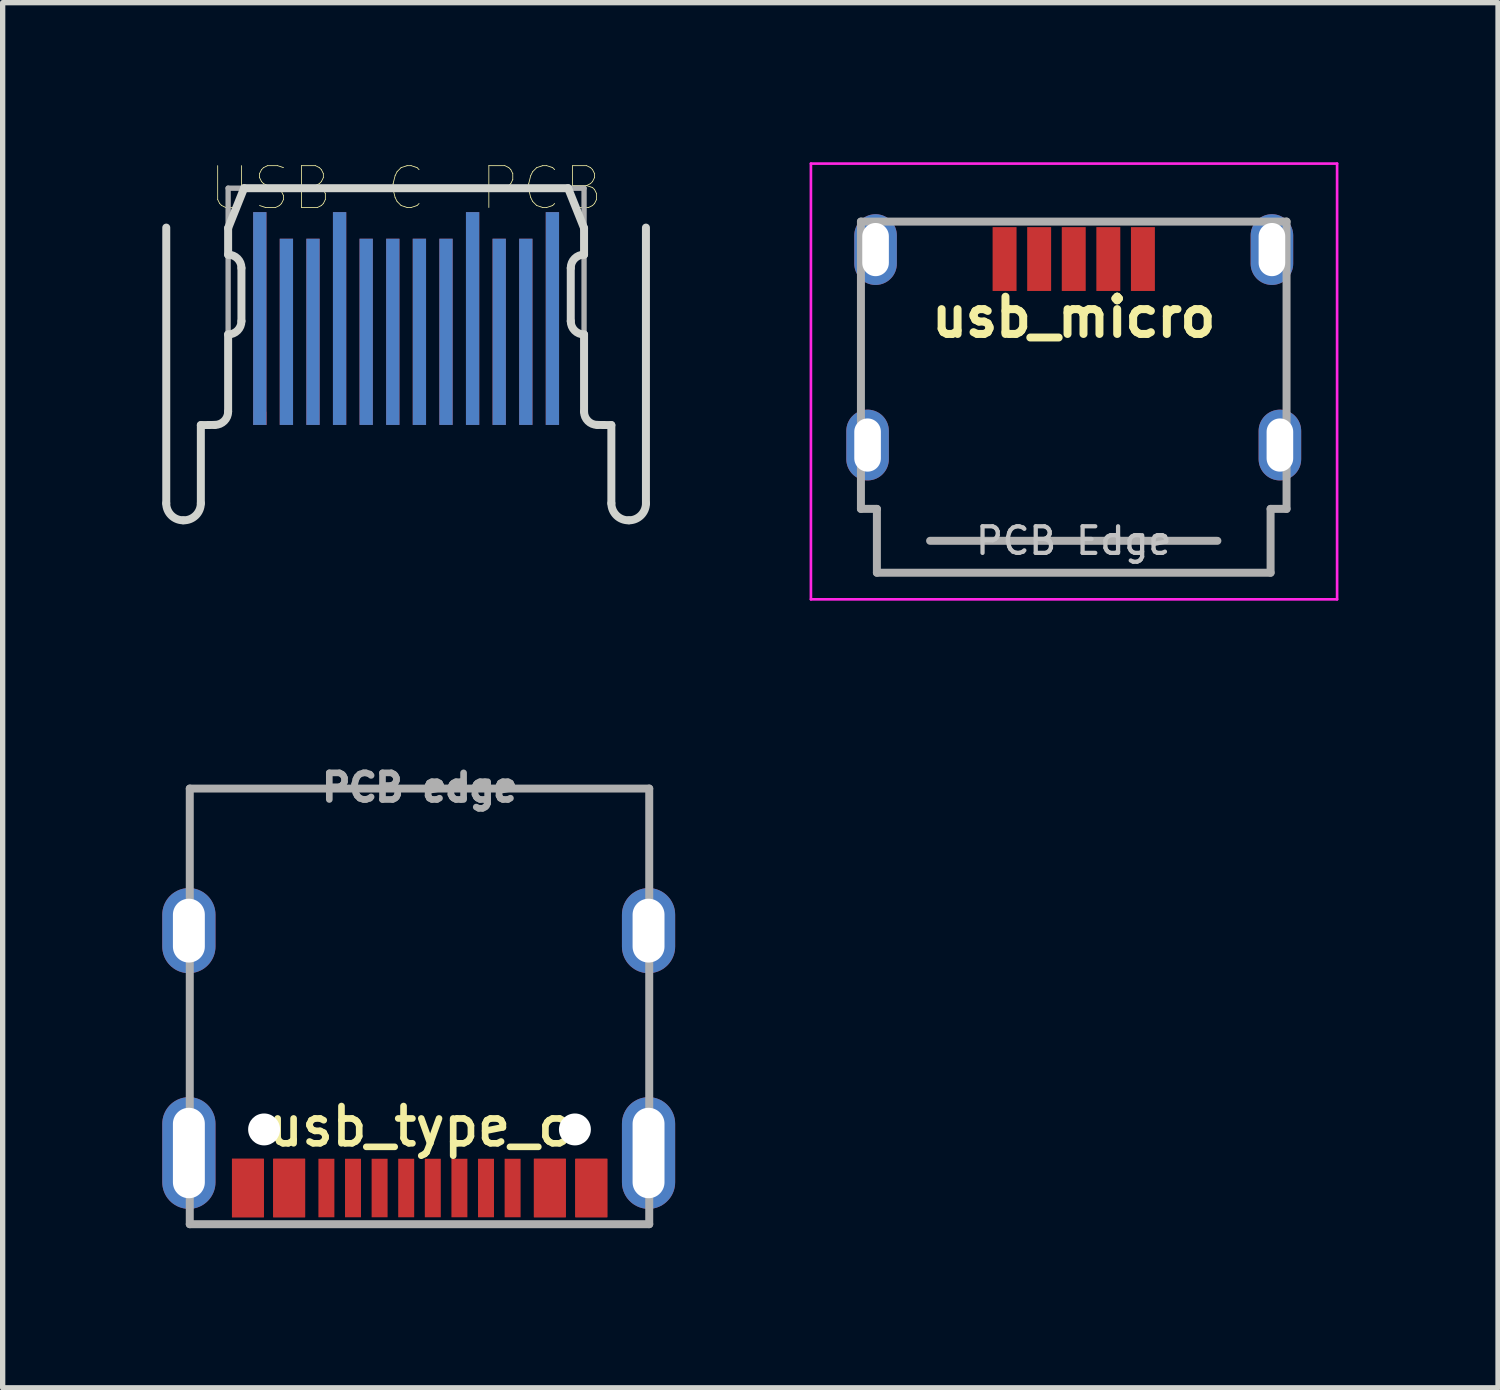
<source format=kicad_pcb>
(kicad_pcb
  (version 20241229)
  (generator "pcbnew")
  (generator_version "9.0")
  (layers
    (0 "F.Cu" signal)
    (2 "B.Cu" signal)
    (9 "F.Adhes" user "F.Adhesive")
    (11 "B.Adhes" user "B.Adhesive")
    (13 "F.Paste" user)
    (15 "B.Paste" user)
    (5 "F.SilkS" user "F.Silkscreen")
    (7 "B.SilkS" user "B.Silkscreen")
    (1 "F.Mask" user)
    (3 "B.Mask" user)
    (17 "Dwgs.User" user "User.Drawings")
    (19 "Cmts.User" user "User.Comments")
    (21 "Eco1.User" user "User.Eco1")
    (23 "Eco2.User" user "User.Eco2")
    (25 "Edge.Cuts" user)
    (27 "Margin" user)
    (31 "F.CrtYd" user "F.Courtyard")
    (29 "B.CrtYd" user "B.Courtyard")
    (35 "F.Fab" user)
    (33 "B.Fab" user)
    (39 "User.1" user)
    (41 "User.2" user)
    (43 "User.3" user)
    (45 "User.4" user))
  (footprint "usb_micro"
    (layer "F.Cu")
    (at 17.132 6.975)
    (property "Reference" "usb_micro" (at 0 -4.064 0) (layer "F.SilkS") (effects (font (size 0.7 0.7) (thickness 0.15))))
    (attr smd)
    (fp_line (start -4.94 -6.95) (end -4.94 1.24) (stroke (width 0.05) (type solid)) (layer "F.CrtYd"))
    (fp_line (start -4.94 1.24) (end 4.95 1.24) (stroke (width 0.05) (type solid)) (layer "F.CrtYd"))
    (fp_line (start 4.95 -6.95) (end -4.94 -6.95) (stroke (width 0.05) (type solid)) (layer "F.CrtYd"))
    (fp_line (start 4.95 1.24) (end 4.95 -6.95) (stroke (width 0.05) (type solid)) (layer "F.CrtYd"))
    (fp_line (start -4 -5.86) (end -4 -0.46) (stroke (width 0.15) (type solid)) (layer "F.Fab"))
    (fp_line (start -4 -0.46) (end -3.7 -0.46) (stroke (width 0.15) (type solid)) (layer "F.Fab"))
    (fp_line (start -3.7 -0.46) (end -3.7 0.74) (stroke (width 0.15) (type solid)) (layer "F.Fab"))
    (fp_line (start -3.7 0.74) (end 3.7 0.74) (stroke (width 0.15) (type solid)) (layer "F.Fab"))
    (fp_line (start -2.7 0.14) (end 2.7 0.14) (stroke (width 0.15) (type solid)) (layer "F.Fab"))
    (fp_line (start 3.7 -0.46) (end 4 -0.46) (stroke (width 0.15) (type solid)) (layer "F.Fab"))
    (fp_line (start 3.7 0.74) (end 3.7 -0.46) (stroke (width 0.15) (type solid)) (layer "F.Fab"))
    (fp_line (start 4 -5.86) (end -4 -5.86) (stroke (width 0.15) (type solid)) (layer "F.Fab"))
    (fp_line (start 4 -0.46) (end 4 -5.86) (stroke (width 0.15) (type solid)) (layer "F.Fab"))
    (fp_text user "PCB Edge" (at 0 0.14 0) (layer "Dwgs.User") (effects (font (size 0.5 0.5) (thickness 0.08))))
    (pad "" thru_hole oval (at -3.875 -1.66) (size 0.8 1.33) (drill oval 0.5 1) (layers "*.Cu" "*.Mask"))
    (pad "" thru_hole oval (at 3.725 -5.334) (size 0.8 1.33) (drill oval 0.5 1) (layers "*.Cu" "*.Mask"))
    (pad "" thru_hole oval (at 3.875 -1.66) (size 0.8 1.33) (drill oval 0.5 1) (layers "*.Cu" "*.Mask"))
    (pad "1" smd rect (at -1.3 -5.156) (size 0.45 1.2) (layers "F.Cu" "F.Mask" "F.Paste"))
    (pad "2" smd rect (at -0.65 -5.156) (size 0.45 1.2) (layers "F.Cu" "F.Mask" "F.Paste"))
    (pad "3" smd rect (at 0 -5.156) (size 0.45 1.2) (layers "F.Cu" "F.Mask" "F.Paste"))
    (pad "4" smd rect (at 0.65 -5.156) (size 0.45 1.2) (layers "F.Cu" "F.Mask" "F.Paste"))
    (pad "5" smd rect (at 1.3 -5.156) (size 0.45 1.2) (layers "F.Cu" "F.Mask" "F.Paste"))
    (pad "6" thru_hole oval (at -3.725 -5.334) (size 0.8 1.33) (drill oval 0.5 1) (layers "*.Cu" "*.Mask")))
  (footprint "USB-C-PCB"
    (layer "F.Cu")
    (at 4.583 1.228)
    (property "Reference" "USB-C-PCB" (at 0 -0.741 0) (layer "F.SilkS") (effects (font (size 0.787 0.787) (thickness 0.015))))
    (attr through_hole)
    (fp_line (start -4.508 0) (end -4.508 5.182) (stroke (width 0.15) (type solid)) (layer "Edge.Cuts"))
    (fp_line (start -3.858 3.712) (end -3.595 3.709) (stroke (width 0.15) (type solid)) (layer "Edge.Cuts"))
    (fp_line (start -3.858 5.182) (end -3.858 3.712) (stroke (width 0.15) (type solid)) (layer "Edge.Cuts"))
    (fp_line (start -3.345 0.009) (end -3.345 0.509) (stroke (width 0.15) (type solid)) (layer "Edge.Cuts"))
    (fp_line (start -3.345 2.009) (end -3.345 3.459) (stroke (width 0.15) (type solid)) (layer "Edge.Cuts"))
    (fp_line (start -3.095 0.759) (end -3.095 1.759) (stroke (width 0.15) (type solid)) (layer "Edge.Cuts"))
    (fp_line (start -3.045 -0.741) (end -3.345 0.009) (stroke (width 0.15) (type solid)) (layer "Edge.Cuts"))
    (fp_line (start -3.045 -0.741) (end 3.045 -0.741) (stroke (width 0.15) (type solid)) (layer "Edge.Cuts"))
    (fp_line (start 3.045 -0.741) (end 3.345 0.009) (stroke (width 0.15) (type solid)) (layer "Edge.Cuts"))
    (fp_line (start 3.095 0.759) (end 3.095 1.759) (stroke (width 0.15) (type solid)) (layer "Edge.Cuts"))
    (fp_line (start 3.345 0.009) (end 3.345 0.509) (stroke (width 0.15) (type solid)) (layer "Edge.Cuts"))
    (fp_line (start 3.345 2.009) (end 3.345 3.459) (stroke (width 0.15) (type solid)) (layer "Edge.Cuts"))
    (fp_line (start 3.595 3.709) (end 3.858 3.712) (stroke (width 0.15) (type solid)) (layer "Edge.Cuts"))
    (fp_line (start 3.858 5.182) (end 3.858 3.712) (stroke (width 0.15) (type solid)) (layer "Edge.Cuts"))
    (fp_line (start 4.508 0) (end 4.508 5.182) (stroke (width 0.15) (type solid)) (layer "Edge.Cuts"))
    (fp_arc (start -4.1885 5.501825) (mid -4.414774 5.408099) (end -4.5085 5.181825) (stroke (width 0.15) (type solid)) (layer "Edge.Cuts"))
    (fp_arc (start -3.858344 5.181769) (mid -3.955659 5.411698) (end -4.1885 5.501825) (stroke (width 0.15) (type solid)) (layer "Edge.Cuts"))
    (fp_arc (start -3.345 0.508505) (mid -3.168223 0.581728) (end -3.095 0.758505) (stroke (width 0.15) (type solid)) (layer "Edge.Cuts"))
    (fp_arc (start -3.345 3.458505) (mid -3.418223 3.635282) (end -3.595 3.708505) (stroke (width 0.15) (type solid)) (layer "Edge.Cuts"))
    (fp_arc (start -3.095 1.758505) (mid -3.168223 1.935282) (end -3.345 2.008505) (stroke (width 0.15) (type solid)) (layer "Edge.Cuts"))
    (fp_arc (start 3.095 0.758505) (mid 3.168223 0.581728) (end 3.345 0.508505) (stroke (width 0.15) (type solid)) (layer "Edge.Cuts"))
    (fp_arc (start 3.345 2.008505) (mid 3.168223 1.935282) (end 3.095 1.758505) (stroke (width 0.15) (type solid)) (layer "Edge.Cuts"))
    (fp_arc (start 3.595 3.708505) (mid 3.418223 3.635282) (end 3.345 3.458505) (stroke (width 0.15) (type solid)) (layer "Edge.Cuts"))
    (fp_arc (start 4.1885 5.501825) (mid 3.955659 5.411698) (end 3.858344 5.181769) (stroke (width 0.15) (type solid)) (layer "Edge.Cuts"))
    (fp_arc (start 4.5085 5.181825) (mid 4.414774 5.408099) (end 4.1885 5.501825) (stroke (width 0.15) (type solid)) (layer "Edge.Cuts"))
    (fp_line (start -3.345 -0.741) (end -3.345 0.009) (stroke (width 0.1) (type solid)) (layer "F.Fab"))
    (fp_line (start -3.345 -0.741) (end -3.045 -0.741) (stroke (width 0.1) (type solid)) (layer "F.Fab"))
    (fp_line (start -3.345 0.509) (end -3.345 2.009) (stroke (width 0.1) (type solid)) (layer "F.Fab"))
    (fp_line (start 3.045 -0.741) (end 3.345 -0.741) (stroke (width 0.1) (type solid)) (layer "F.Fab"))
    (fp_line (start 3.345 -0.741) (end 3.345 0.009) (stroke (width 0.1) (type solid)) (layer "F.Fab"))
    (fp_line (start 3.345 0.509) (end 3.345 2.009) (stroke (width 0.1) (type solid)) (layer "F.Fab"))
    (pad "A1" smd rect (at 2.75 1.709) (size 0.25 4) (layers "F.Cu" "F.Mask"))
    (pad "A2" smd rect (at 2.25 1.959) (size 0.25 3.5) (layers "F.Cu" "F.Mask"))
    (pad "A3" smd rect (at 1.75 1.959) (size 0.25 3.5) (layers "F.Cu" "F.Mask"))
    (pad "A4" smd rect (at 1.25 1.709) (size 0.25 4) (layers "F.Cu" "F.Mask"))
    (pad "A5" smd rect (at 0.75 1.959) (size 0.25 3.5) (layers "F.Cu" "F.Mask"))
    (pad "A6" smd rect (at 0.25 1.959) (size 0.25 3.5) (layers "F.Cu" "F.Mask"))
    (pad "A7" smd rect (at -0.25 1.959) (size 0.25 3.5) (layers "F.Cu" "F.Mask"))
    (pad "A8" smd rect (at -0.75 1.959) (size 0.25 3.5) (layers "F.Cu" "F.Mask"))
    (pad "A9" smd rect (at -1.25 1.709) (size 0.25 4) (layers "F.Cu" "F.Mask"))
    (pad "A10" smd rect (at -1.75 1.959) (size 0.25 3.5) (layers "F.Cu" "F.Mask"))
    (pad "A11" smd rect (at -2.25 1.959) (size 0.25 3.5) (layers "F.Cu" "F.Mask"))
    (pad "A12" smd rect (at -2.75 1.709) (size 0.25 4) (layers "F.Cu" "F.Mask"))
    (pad "B1" smd rect (at -2.75 1.709) (size 0.25 4) (layers "B.Cu" "B.Mask"))
    (pad "B2" smd rect (at -2.25 1.959) (size 0.25 3.5) (layers "B.Cu" "B.Mask"))
    (pad "B3" smd rect (at -1.75 1.959) (size 0.25 3.5) (layers "B.Cu" "B.Mask"))
    (pad "B4" smd rect (at -1.25 1.709) (size 0.25 4) (layers "B.Cu" "B.Mask"))
    (pad "B5" smd rect (at -0.75 1.959) (size 0.25 3.5) (layers "B.Cu" "B.Mask"))
    (pad "B6" smd rect (at -0.25 1.959) (size 0.25 3.5) (layers "B.Cu" "B.Mask"))
    (pad "B7" smd rect (at 0.25 1.959) (size 0.25 3.5) (layers "B.Cu" "B.Mask"))
    (pad "B8" smd rect (at 0.75 1.959) (size 0.25 3.5) (layers "B.Cu" "B.Mask"))
    (pad "B9" smd rect (at 1.25 1.709) (size 0.25 4) (layers "B.Cu" "B.Mask"))
    (pad "B10" smd rect (at 1.75 1.959) (size 0.25 3.5) (layers "B.Cu" "B.Mask"))
    (pad "B11" smd rect (at 2.25 1.959) (size 0.25 3.5) (layers "B.Cu" "B.Mask"))
    (pad "B12" smd rect (at 2.75 1.709) (size 0.25 4) (layers "B.Cu" "B.Mask"))
    (pad "S1" smd rect (at -2.75 3.585) (size 0.25 0.25) (layers "*.Mask" "F.Cu")))
  (footprint "usb_type_c"
    (layer "F.Cu")
    (at 4.835 11.772)
    (property "Reference" "usb_type_c" (at 0 6.35 180) (layer "F.SilkS") (effects (font (size 0.7 0.7) (thickness 0.125))))
    (attr through_hole)
    (fp_line (start -4.318 0) (end -4.318 8.188) (stroke (width 0.15) (type solid)) (layer "F.Fab"))
    (fp_line (start 4.318 0) (end -4.318 0) (stroke (width 0.15) (type solid)) (layer "F.Fab"))
    (fp_line (start 4.318 0) (end 4.318 8.188) (stroke (width 0.15) (type solid)) (layer "F.Fab"))
    (fp_line (start 4.318 8.188) (end -4.318 8.188) (stroke (width 0.15) (type solid)) (layer "F.Fab"))
    (fp_text user "PCB edge" (at 0.007 -0.02 180) (layer "F.Fab") (effects (font (size 0.5 0.5) (thickness 0.125))))
    (pad "" np_thru_hole circle (at -2.921 6.407 180) (size 0.6 0.6) (drill oval 0.6) (layers "*.Cu" "*.Mask"))
    (pad "" np_thru_hole circle (at 2.921 6.407 180) (size 0.6 0.6) (drill oval 0.6) (layers "*.Cu" "*.Mask"))
    (pad "A1" smd rect (at -3.225 7.508) (size 0.6 1.1) (layers "F.Cu" "F.Mask" "F.Paste"))
    (pad "A4" smd rect (at -2.45 7.508) (size 0.6 1.1) (layers "F.Cu" "F.Mask" "F.Paste"))
    (pad "A5" smd rect (at 1.25 7.508) (size 0.3 1.1) (layers "F.Cu" "F.Mask" "F.Paste"))
    (pad "A6" smd rect (at 0.25 7.508) (size 0.3 1.1) (layers "F.Cu" "F.Mask" "F.Paste"))
    (pad "A7" smd rect (at -0.25 7.508) (size 0.3 1.1) (layers "F.Cu" "F.Mask" "F.Paste"))
    (pad "A8" smd rect (at -1.25 7.508) (size 0.3 1.1) (layers "F.Cu" "F.Mask" "F.Paste"))
    (pad "A9" smd rect (at 2.45 7.508) (size 0.6 1.1) (layers "F.Cu" "F.Mask" "F.Paste"))
    (pad "A12" smd rect (at 3.225 7.508) (size 0.6 1.1) (layers "F.Cu" "F.Mask" "F.Paste"))
    (pad "B1" smd rect (at 3.234 7.508) (size 0.6 1.1) (layers "F.Cu" "F.Mask" "F.Paste"))
    (pad "B4" smd rect (at 2.45 7.508) (size 0.6 1.1) (layers "F.Cu" "F.Mask" "F.Paste"))
    (pad "B5" smd rect (at -1.75 7.508) (size 0.3 1.1) (layers "F.Cu" "F.Mask" "F.Paste"))
    (pad "B6" smd rect (at -0.75 7.508) (size 0.3 1.1) (layers "F.Cu" "F.Mask" "F.Paste"))
    (pad "B7" smd rect (at 0.75 7.508) (size 0.3 1.1) (layers "F.Cu" "F.Mask" "F.Paste"))
    (pad "B8" smd rect (at 1.75 7.508) (size 0.3 1.1) (layers "F.Cu" "F.Mask" "F.Paste"))
    (pad "B9" smd rect (at -2.45 7.508) (size 0.6 1.1) (layers "F.Cu" "F.Mask" "F.Paste"))
    (pad "B12" smd rect (at -3.225 7.508) (size 0.6 1.1) (layers "F.Cu" "F.Mask" "F.Paste"))
    (pad "S1" thru_hole oval (at -4.335 2.67 180) (size 1 1.6) (drill oval 0.6 1.2) (layers "*.Cu" "*.Mask"))
    (pad "S1" thru_hole oval (at -4.335 6.85 180) (size 1 2.1) (drill oval 0.6 1.7) (layers "*.Cu" "*.Mask"))
    (pad "S1" thru_hole oval (at 4.305 2.67 180) (size 1 1.6) (drill oval 0.6 1.2) (layers "*.Cu" "*.Mask"))
    (pad "S1" thru_hole oval (at 4.305 6.85 180) (size 1 2.1) (drill oval 0.6 1.7) (layers "*.Cu" "*.Mask")))
  (gr_rect
    (start -3 -3)
    (end 25.107 23.035)
    (stroke (width 0.1) (type default))
    (fill no)
    (layer "Edge.Cuts")))
</source>
